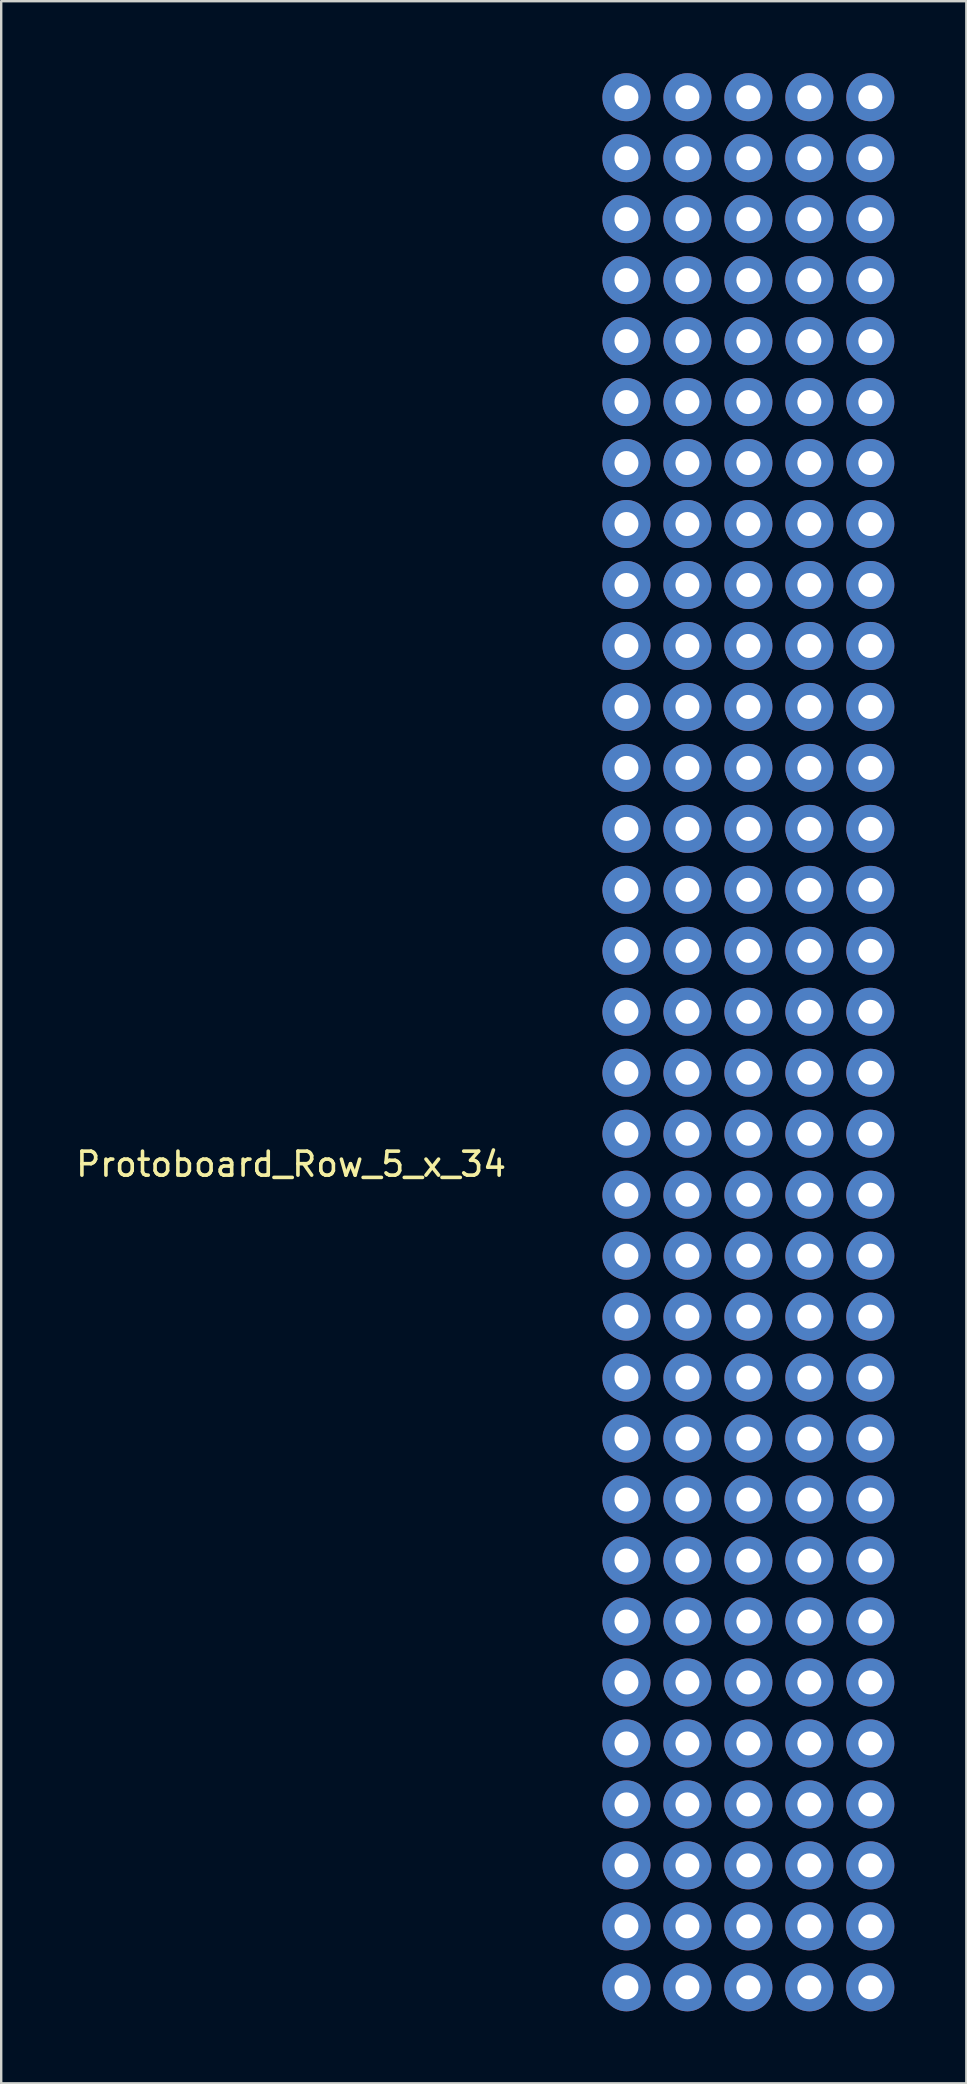
<source format=kicad_pcb>
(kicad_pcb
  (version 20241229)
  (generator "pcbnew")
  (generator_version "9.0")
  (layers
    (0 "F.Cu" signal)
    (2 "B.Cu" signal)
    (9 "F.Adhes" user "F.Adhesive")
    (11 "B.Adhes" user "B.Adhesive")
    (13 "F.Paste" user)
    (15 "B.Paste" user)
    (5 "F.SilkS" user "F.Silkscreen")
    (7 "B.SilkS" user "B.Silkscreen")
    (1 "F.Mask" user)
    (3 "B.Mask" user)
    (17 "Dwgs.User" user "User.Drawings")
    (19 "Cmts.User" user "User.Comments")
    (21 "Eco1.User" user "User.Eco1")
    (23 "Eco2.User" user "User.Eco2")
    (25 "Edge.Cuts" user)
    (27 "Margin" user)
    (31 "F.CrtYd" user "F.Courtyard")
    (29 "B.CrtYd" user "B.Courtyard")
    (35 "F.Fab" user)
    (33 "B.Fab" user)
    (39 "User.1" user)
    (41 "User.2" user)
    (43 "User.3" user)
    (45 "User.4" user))
  (footprint "Protoboard_Row_5_x_34"
    (layer "F.Cu")
    (at 28.127 40.37)
    (property "Reference" "Protoboard_Row_5_x_34" (at -19.05 5.08 0) (layer "F.SilkS") (effects (font (size 1 1) (thickness 0.15))))
    (attr through_hole)
    (pad "1" thru_hole circle (at -5.08 -39.37) (size 2 2) (drill 1) (layers "*.Cu" "*.Mask"))
    (pad "1" thru_hole circle (at -5.08 -36.83) (size 2 2) (drill 1) (layers "*.Cu" "*.Mask"))
    (pad "1" thru_hole circle (at -5.08 -34.29) (size 2 2) (drill 1) (layers "*.Cu" "*.Mask"))
    (pad "1" thru_hole circle (at -5.08 -31.75) (size 2 2) (drill 1) (layers "*.Cu" "*.Mask"))
    (pad "1" thru_hole circle (at -5.08 -29.21) (size 2 2) (drill 1) (layers "*.Cu" "*.Mask"))
    (pad "1" thru_hole circle (at -5.08 -26.67) (size 2 2) (drill 1) (layers "*.Cu" "*.Mask"))
    (pad "1" thru_hole circle (at -5.08 -24.13) (size 2 2) (drill 1) (layers "*.Cu" "*.Mask"))
    (pad "1" thru_hole circle (at -5.08 -21.59) (size 2 2) (drill 1) (layers "*.Cu" "*.Mask"))
    (pad "1" thru_hole circle (at -5.08 -19.05) (size 2 2) (drill 1) (layers "*.Cu" "*.Mask"))
    (pad "1" thru_hole circle (at -5.08 -16.51) (size 2 2) (drill 1) (layers "*.Cu" "*.Mask"))
    (pad "1" thru_hole circle (at -5.08 -13.97) (size 2 2) (drill 1) (layers "*.Cu" "*.Mask"))
    (pad "1" thru_hole circle (at -5.08 -11.43) (size 2 2) (drill 1) (layers "*.Cu" "*.Mask"))
    (pad "1" thru_hole circle (at -5.08 -8.89) (size 2 2) (drill 1) (layers "*.Cu" "*.Mask"))
    (pad "1" thru_hole circle (at -5.08 -6.35) (size 2 2) (drill 1) (layers "*.Cu" "*.Mask"))
    (pad "1" thru_hole circle (at -5.08 -3.81) (size 2 2) (drill 1) (layers "*.Cu" "*.Mask"))
    (pad "1" thru_hole circle (at -5.08 -1.27) (size 2 2) (drill 1) (layers "*.Cu" "*.Mask"))
    (pad "1" thru_hole circle (at -5.08 1.27) (size 2 2) (drill 1) (layers "*.Cu" "*.Mask"))
    (pad "1" thru_hole circle (at -5.08 3.81) (size 2 2) (drill 1) (layers "*.Cu" "*.Mask"))
    (pad "1" thru_hole circle (at -5.08 6.35) (size 2 2) (drill 1) (layers "*.Cu" "*.Mask"))
    (pad "1" thru_hole circle (at -5.08 8.89) (size 2 2) (drill 1) (layers "*.Cu" "*.Mask"))
    (pad "1" thru_hole circle (at -5.08 11.43) (size 2 2) (drill 1) (layers "*.Cu" "*.Mask"))
    (pad "1" thru_hole circle (at -5.08 13.97) (size 2 2) (drill 1) (layers "*.Cu" "*.Mask"))
    (pad "1" thru_hole circle (at -5.08 16.51) (size 2 2) (drill 1) (layers "*.Cu" "*.Mask"))
    (pad "1" thru_hole circle (at -5.08 19.05) (size 2 2) (drill 1) (layers "*.Cu" "*.Mask"))
    (pad "1" thru_hole circle (at -5.08 21.59) (size 2 2) (drill 1) (layers "*.Cu" "*.Mask"))
    (pad "1" thru_hole circle (at -5.08 24.13) (size 2 2) (drill 1) (layers "*.Cu" "*.Mask"))
    (pad "1" thru_hole circle (at -5.08 26.67) (size 2 2) (drill 1) (layers "*.Cu" "*.Mask"))
    (pad "1" thru_hole circle (at -5.08 29.21) (size 2 2) (drill 1) (layers "*.Cu" "*.Mask"))
    (pad "1" thru_hole circle (at -5.08 31.75) (size 2 2) (drill 1) (layers "*.Cu" "*.Mask"))
    (pad "1" thru_hole circle (at -5.08 34.29) (size 2 2) (drill 1) (layers "*.Cu" "*.Mask"))
    (pad "1" thru_hole circle (at -5.08 36.83) (size 2 2) (drill 1) (layers "*.Cu" "*.Mask"))
    (pad "1" thru_hole circle (at -5.08 39.37) (size 2 2) (drill 1) (layers "*.Cu" "*.Mask"))
    (pad "1" thru_hole circle (at -2.54 -39.37) (size 2 2) (drill 1) (layers "*.Cu" "*.Mask"))
    (pad "1" thru_hole circle (at -2.54 -36.83) (size 2 2) (drill 1) (layers "*.Cu" "*.Mask"))
    (pad "1" thru_hole circle (at -2.54 -34.29) (size 2 2) (drill 1) (layers "*.Cu" "*.Mask"))
    (pad "1" thru_hole circle (at -2.54 -31.75) (size 2 2) (drill 1) (layers "*.Cu" "*.Mask"))
    (pad "1" thru_hole circle (at -2.54 -29.21) (size 2 2) (drill 1) (layers "*.Cu" "*.Mask"))
    (pad "1" thru_hole circle (at -2.54 -26.67) (size 2 2) (drill 1) (layers "*.Cu" "*.Mask"))
    (pad "1" thru_hole circle (at -2.54 -24.13) (size 2 2) (drill 1) (layers "*.Cu" "*.Mask"))
    (pad "1" thru_hole circle (at -2.54 -21.59) (size 2 2) (drill 1) (layers "*.Cu" "*.Mask"))
    (pad "1" thru_hole circle (at -2.54 -19.05) (size 2 2) (drill 1) (layers "*.Cu" "*.Mask"))
    (pad "1" thru_hole circle (at -2.54 -16.51) (size 2 2) (drill 1) (layers "*.Cu" "*.Mask"))
    (pad "1" thru_hole circle (at -2.54 -13.97) (size 2 2) (drill 1) (layers "*.Cu" "*.Mask"))
    (pad "1" thru_hole circle (at -2.54 -11.43) (size 2 2) (drill 1) (layers "*.Cu" "*.Mask"))
    (pad "1" thru_hole circle (at -2.54 -8.89) (size 2 2) (drill 1) (layers "*.Cu" "*.Mask"))
    (pad "1" thru_hole circle (at -2.54 -6.35) (size 2 2) (drill 1) (layers "*.Cu" "*.Mask"))
    (pad "1" thru_hole circle (at -2.54 -3.81) (size 2 2) (drill 1) (layers "*.Cu" "*.Mask"))
    (pad "1" thru_hole circle (at -2.54 -1.27) (size 2 2) (drill 1) (layers "*.Cu" "*.Mask"))
    (pad "1" thru_hole circle (at -2.54 1.27) (size 2 2) (drill 1) (layers "*.Cu" "*.Mask"))
    (pad "1" thru_hole circle (at -2.54 3.81) (size 2 2) (drill 1) (layers "*.Cu" "*.Mask"))
    (pad "1" thru_hole circle (at -2.54 6.35) (size 2 2) (drill 1) (layers "*.Cu" "*.Mask"))
    (pad "1" thru_hole circle (at -2.54 8.89) (size 2 2) (drill 1) (layers "*.Cu" "*.Mask"))
    (pad "1" thru_hole circle (at -2.54 11.43) (size 2 2) (drill 1) (layers "*.Cu" "*.Mask"))
    (pad "1" thru_hole circle (at -2.54 13.97) (size 2 2) (drill 1) (layers "*.Cu" "*.Mask"))
    (pad "1" thru_hole circle (at -2.54 16.51) (size 2 2) (drill 1) (layers "*.Cu" "*.Mask"))
    (pad "1" thru_hole circle (at -2.54 19.05) (size 2 2) (drill 1) (layers "*.Cu" "*.Mask"))
    (pad "1" thru_hole circle (at -2.54 21.59) (size 2 2) (drill 1) (layers "*.Cu" "*.Mask"))
    (pad "1" thru_hole circle (at -2.54 24.13) (size 2 2) (drill 1) (layers "*.Cu" "*.Mask"))
    (pad "1" thru_hole circle (at -2.54 26.67) (size 2 2) (drill 1) (layers "*.Cu" "*.Mask"))
    (pad "1" thru_hole circle (at -2.54 29.21) (size 2 2) (drill 1) (layers "*.Cu" "*.Mask"))
    (pad "1" thru_hole circle (at -2.54 31.75) (size 2 2) (drill 1) (layers "*.Cu" "*.Mask"))
    (pad "1" thru_hole circle (at -2.54 34.29) (size 2 2) (drill 1) (layers "*.Cu" "*.Mask"))
    (pad "1" thru_hole circle (at -2.54 36.83) (size 2 2) (drill 1) (layers "*.Cu" "*.Mask"))
    (pad "1" thru_hole circle (at -2.54 39.37) (size 2 2) (drill 1) (layers "*.Cu" "*.Mask"))
    (pad "1" thru_hole circle (at 0 -39.37) (size 2 2) (drill 1) (layers "*.Cu" "*.Mask"))
    (pad "1" thru_hole circle (at 0 -36.83) (size 2 2) (drill 1) (layers "*.Cu" "*.Mask"))
    (pad "1" thru_hole circle (at 0 -34.29) (size 2 2) (drill 1) (layers "*.Cu" "*.Mask"))
    (pad "1" thru_hole circle (at 0 -31.75) (size 2 2) (drill 1) (layers "*.Cu" "*.Mask"))
    (pad "1" thru_hole circle (at 0 -29.21) (size 2 2) (drill 1) (layers "*.Cu" "*.Mask"))
    (pad "1" thru_hole circle (at 0 -26.67) (size 2 2) (drill 1) (layers "*.Cu" "*.Mask"))
    (pad "1" thru_hole circle (at 0 -24.13) (size 2 2) (drill 1) (layers "*.Cu" "*.Mask"))
    (pad "1" thru_hole circle (at 0 -21.59) (size 2 2) (drill 1) (layers "*.Cu" "*.Mask"))
    (pad "1" thru_hole circle (at 0 -19.05) (size 2 2) (drill 1) (layers "*.Cu" "*.Mask"))
    (pad "1" thru_hole circle (at 0 -16.51) (size 2 2) (drill 1) (layers "*.Cu" "*.Mask"))
    (pad "1" thru_hole circle (at 0 -13.97) (size 2 2) (drill 1) (layers "*.Cu" "*.Mask"))
    (pad "1" thru_hole circle (at 0 -11.43) (size 2 2) (drill 1) (layers "*.Cu" "*.Mask"))
    (pad "1" thru_hole circle (at 0 -8.89) (size 2 2) (drill 1) (layers "*.Cu" "*.Mask"))
    (pad "1" thru_hole circle (at 0 -6.35) (size 2 2) (drill 1) (layers "*.Cu" "*.Mask"))
    (pad "1" thru_hole circle (at 0 -3.81) (size 2 2) (drill 1) (layers "*.Cu" "*.Mask"))
    (pad "1" thru_hole circle (at 0 -1.27) (size 2 2) (drill 1) (layers "*.Cu" "*.Mask"))
    (pad "1" thru_hole circle (at 0 1.27) (size 2 2) (drill 1) (layers "*.Cu" "*.Mask"))
    (pad "1" thru_hole circle (at 0 3.81) (size 2 2) (drill 1) (layers "*.Cu" "*.Mask"))
    (pad "1" thru_hole circle (at 0 6.35) (size 2 2) (drill 1) (layers "*.Cu" "*.Mask"))
    (pad "1" thru_hole circle (at 0 8.89) (size 2 2) (drill 1) (layers "*.Cu" "*.Mask"))
    (pad "1" thru_hole circle (at 0 11.43) (size 2 2) (drill 1) (layers "*.Cu" "*.Mask"))
    (pad "1" thru_hole circle (at 0 13.97) (size 2 2) (drill 1) (layers "*.Cu" "*.Mask"))
    (pad "1" thru_hole circle (at 0 16.51) (size 2 2) (drill 1) (layers "*.Cu" "*.Mask"))
    (pad "1" thru_hole circle (at 0 19.05) (size 2 2) (drill 1) (layers "*.Cu" "*.Mask"))
    (pad "1" thru_hole circle (at 0 21.59) (size 2 2) (drill 1) (layers "*.Cu" "*.Mask"))
    (pad "1" thru_hole circle (at 0 24.13) (size 2 2) (drill 1) (layers "*.Cu" "*.Mask"))
    (pad "1" thru_hole circle (at 0 26.67) (size 2 2) (drill 1) (layers "*.Cu" "*.Mask"))
    (pad "1" thru_hole circle (at 0 29.21) (size 2 2) (drill 1) (layers "*.Cu" "*.Mask"))
    (pad "1" thru_hole circle (at 0 31.75) (size 2 2) (drill 1) (layers "*.Cu" "*.Mask"))
    (pad "1" thru_hole circle (at 0 34.29) (size 2 2) (drill 1) (layers "*.Cu" "*.Mask"))
    (pad "1" thru_hole circle (at 0 36.83) (size 2 2) (drill 1) (layers "*.Cu" "*.Mask"))
    (pad "1" thru_hole circle (at 0 39.37) (size 2 2) (drill 1) (layers "*.Cu" "*.Mask"))
    (pad "1" thru_hole circle (at 2.54 -39.37) (size 2 2) (drill 1) (layers "*.Cu" "*.Mask"))
    (pad "1" thru_hole circle (at 2.54 -36.83) (size 2 2) (drill 1) (layers "*.Cu" "*.Mask"))
    (pad "1" thru_hole circle (at 2.54 -34.29) (size 2 2) (drill 1) (layers "*.Cu" "*.Mask"))
    (pad "1" thru_hole circle (at 2.54 -31.75) (size 2 2) (drill 1) (layers "*.Cu" "*.Mask"))
    (pad "1" thru_hole circle (at 2.54 -29.21) (size 2 2) (drill 1) (layers "*.Cu" "*.Mask"))
    (pad "1" thru_hole circle (at 2.54 -26.67) (size 2 2) (drill 1) (layers "*.Cu" "*.Mask"))
    (pad "1" thru_hole circle (at 2.54 -24.13) (size 2 2) (drill 1) (layers "*.Cu" "*.Mask"))
    (pad "1" thru_hole circle (at 2.54 -21.59) (size 2 2) (drill 1) (layers "*.Cu" "*.Mask"))
    (pad "1" thru_hole circle (at 2.54 -19.05) (size 2 2) (drill 1) (layers "*.Cu" "*.Mask"))
    (pad "1" thru_hole circle (at 2.54 -16.51) (size 2 2) (drill 1) (layers "*.Cu" "*.Mask"))
    (pad "1" thru_hole circle (at 2.54 -13.97) (size 2 2) (drill 1) (layers "*.Cu" "*.Mask"))
    (pad "1" thru_hole circle (at 2.54 -11.43) (size 2 2) (drill 1) (layers "*.Cu" "*.Mask"))
    (pad "1" thru_hole circle (at 2.54 -8.89) (size 2 2) (drill 1) (layers "*.Cu" "*.Mask"))
    (pad "1" thru_hole circle (at 2.54 -6.35) (size 2 2) (drill 1) (layers "*.Cu" "*.Mask"))
    (pad "1" thru_hole circle (at 2.54 -3.81) (size 2 2) (drill 1) (layers "*.Cu" "*.Mask"))
    (pad "1" thru_hole circle (at 2.54 -1.27) (size 2 2) (drill 1) (layers "*.Cu" "*.Mask"))
    (pad "1" thru_hole circle (at 2.54 1.27) (size 2 2) (drill 1) (layers "*.Cu" "*.Mask"))
    (pad "1" thru_hole circle (at 2.54 3.81) (size 2 2) (drill 1) (layers "*.Cu" "*.Mask"))
    (pad "1" thru_hole circle (at 2.54 6.35) (size 2 2) (drill 1) (layers "*.Cu" "*.Mask"))
    (pad "1" thru_hole circle (at 2.54 8.89) (size 2 2) (drill 1) (layers "*.Cu" "*.Mask"))
    (pad "1" thru_hole circle (at 2.54 11.43) (size 2 2) (drill 1) (layers "*.Cu" "*.Mask"))
    (pad "1" thru_hole circle (at 2.54 13.97) (size 2 2) (drill 1) (layers "*.Cu" "*.Mask"))
    (pad "1" thru_hole circle (at 2.54 16.51) (size 2 2) (drill 1) (layers "*.Cu" "*.Mask"))
    (pad "1" thru_hole circle (at 2.54 19.05) (size 2 2) (drill 1) (layers "*.Cu" "*.Mask"))
    (pad "1" thru_hole circle (at 2.54 21.59) (size 2 2) (drill 1) (layers "*.Cu" "*.Mask"))
    (pad "1" thru_hole circle (at 2.54 24.13) (size 2 2) (drill 1) (layers "*.Cu" "*.Mask"))
    (pad "1" thru_hole circle (at 2.54 26.67) (size 2 2) (drill 1) (layers "*.Cu" "*.Mask"))
    (pad "1" thru_hole circle (at 2.54 29.21) (size 2 2) (drill 1) (layers "*.Cu" "*.Mask"))
    (pad "1" thru_hole circle (at 2.54 31.75) (size 2 2) (drill 1) (layers "*.Cu" "*.Mask"))
    (pad "1" thru_hole circle (at 2.54 34.29) (size 2 2) (drill 1) (layers "*.Cu" "*.Mask"))
    (pad "1" thru_hole circle (at 2.54 36.83) (size 2 2) (drill 1) (layers "*.Cu" "*.Mask"))
    (pad "1" thru_hole circle (at 2.54 39.37) (size 2 2) (drill 1) (layers "*.Cu" "*.Mask"))
    (pad "1" thru_hole circle (at 5.08 -39.37) (size 2 2) (drill 1) (layers "*.Cu" "*.Mask"))
    (pad "1" thru_hole circle (at 5.08 -36.83) (size 2 2) (drill 1) (layers "*.Cu" "*.Mask"))
    (pad "1" thru_hole circle (at 5.08 -34.29) (size 2 2) (drill 1) (layers "*.Cu" "*.Mask"))
    (pad "1" thru_hole circle (at 5.08 -31.75) (size 2 2) (drill 1) (layers "*.Cu" "*.Mask"))
    (pad "1" thru_hole circle (at 5.08 -29.21) (size 2 2) (drill 1) (layers "*.Cu" "*.Mask"))
    (pad "1" thru_hole circle (at 5.08 -26.67) (size 2 2) (drill 1) (layers "*.Cu" "*.Mask"))
    (pad "1" thru_hole circle (at 5.08 -24.13) (size 2 2) (drill 1) (layers "*.Cu" "*.Mask"))
    (pad "1" thru_hole circle (at 5.08 -21.59) (size 2 2) (drill 1) (layers "*.Cu" "*.Mask"))
    (pad "1" thru_hole circle (at 5.08 -19.05) (size 2 2) (drill 1) (layers "*.Cu" "*.Mask"))
    (pad "1" thru_hole circle (at 5.08 -16.51) (size 2 2) (drill 1) (layers "*.Cu" "*.Mask"))
    (pad "1" thru_hole circle (at 5.08 -13.97) (size 2 2) (drill 1) (layers "*.Cu" "*.Mask"))
    (pad "1" thru_hole circle (at 5.08 -11.43) (size 2 2) (drill 1) (layers "*.Cu" "*.Mask"))
    (pad "1" thru_hole circle (at 5.08 -8.89) (size 2 2) (drill 1) (layers "*.Cu" "*.Mask"))
    (pad "1" thru_hole circle (at 5.08 -6.35) (size 2 2) (drill 1) (layers "*.Cu" "*.Mask"))
    (pad "1" thru_hole circle (at 5.08 -3.81) (size 2 2) (drill 1) (layers "*.Cu" "*.Mask"))
    (pad "1" thru_hole circle (at 5.08 -1.27) (size 2 2) (drill 1) (layers "*.Cu" "*.Mask"))
    (pad "1" thru_hole circle (at 5.08 1.27) (size 2 2) (drill 1) (layers "*.Cu" "*.Mask"))
    (pad "1" thru_hole circle (at 5.08 3.81) (size 2 2) (drill 1) (layers "*.Cu" "*.Mask"))
    (pad "1" thru_hole circle (at 5.08 6.35) (size 2 2) (drill 1) (layers "*.Cu" "*.Mask"))
    (pad "1" thru_hole circle (at 5.08 8.89) (size 2 2) (drill 1) (layers "*.Cu" "*.Mask"))
    (pad "1" thru_hole circle (at 5.08 11.43) (size 2 2) (drill 1) (layers "*.Cu" "*.Mask"))
    (pad "1" thru_hole circle (at 5.08 13.97) (size 2 2) (drill 1) (layers "*.Cu" "*.Mask"))
    (pad "1" thru_hole circle (at 5.08 16.51) (size 2 2) (drill 1) (layers "*.Cu" "*.Mask"))
    (pad "1" thru_hole circle (at 5.08 19.05) (size 2 2) (drill 1) (layers "*.Cu" "*.Mask"))
    (pad "1" thru_hole circle (at 5.08 21.59) (size 2 2) (drill 1) (layers "*.Cu" "*.Mask"))
    (pad "1" thru_hole circle (at 5.08 24.13) (size 2 2) (drill 1) (layers "*.Cu" "*.Mask"))
    (pad "1" thru_hole circle (at 5.08 26.67) (size 2 2) (drill 1) (layers "*.Cu" "*.Mask"))
    (pad "1" thru_hole circle (at 5.08 29.21) (size 2 2) (drill 1) (layers "*.Cu" "*.Mask"))
    (pad "1" thru_hole circle (at 5.08 31.75) (size 2 2) (drill 1) (layers "*.Cu" "*.Mask"))
    (pad "1" thru_hole circle (at 5.08 34.29) (size 2 2) (drill 1) (layers "*.Cu" "*.Mask"))
    (pad "1" thru_hole circle (at 5.08 36.83) (size 2 2) (drill 1) (layers "*.Cu" "*.Mask"))
    (pad "1" thru_hole circle (at 5.08 39.37) (size 2 2) (drill 1) (layers "*.Cu" "*.Mask")))
  (gr_rect
    (start -3 -3)
    (end 37.207 83.74)
    (stroke (width 0.1) (type default))
    (fill no)
    (layer "Edge.Cuts")))
</source>
